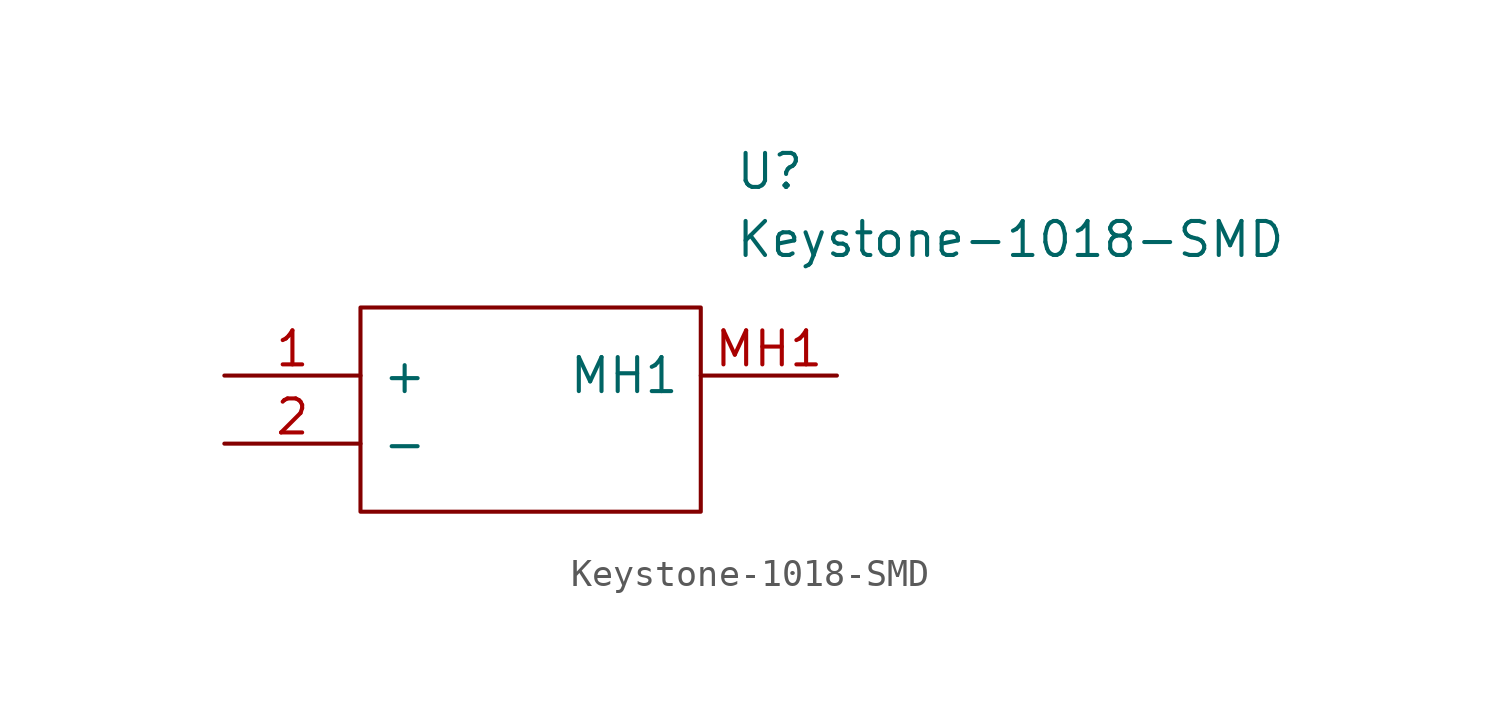
<source format=kicad_sym>
(kicad_symbol_lib
  (version 20211014)
  (generator kicad_symbol_editor)
  (symbol "Keystone-1018-SMD"
    (pin_names
      (offset 0.762))
    (property "Reference" "U"
      (at 19.05 7.62 0)
      (effects (font (size 1.27 1.27)) (justify left)))
    (property "Value" "Keystone-1018-SMD"
      (at 19.05 5.08 0)
      (effects (font (size 1.27 1.27)) (justify left)))
    (symbol "Keystone-1018-SMD_0_0"
      (pin passive line (at 0 0 0) (length 5.08) (name "+" (effects (font (size 1.27 1.27)))) (number "1" (effects (font (size 1.27 1.27)))))
      (pin passive line (at 0 -2.54 0) (length 5.08) (name "-" (effects (font (size 1.27 1.27)))) (number "2" (effects (font (size 1.27 1.27)))))
      (pin passive line (at 22.86 0 180) (length 5.08) (name "MH1" (effects (font (size 1.27 1.27)))) (number "MH1" (effects (font (size 1.27 1.27))))))
    (symbol "Keystone-1018-SMD_0_1"
      (polyline (pts (xy 5.08 2.54) (xy 17.78 2.54) (xy 17.78 -5.08) (xy 5.08 -5.08) (xy 5.08 2.54)) (stroke (width 0.152) (type default) (color 0 0 0 0)) (fill (type none))))))
</source>
